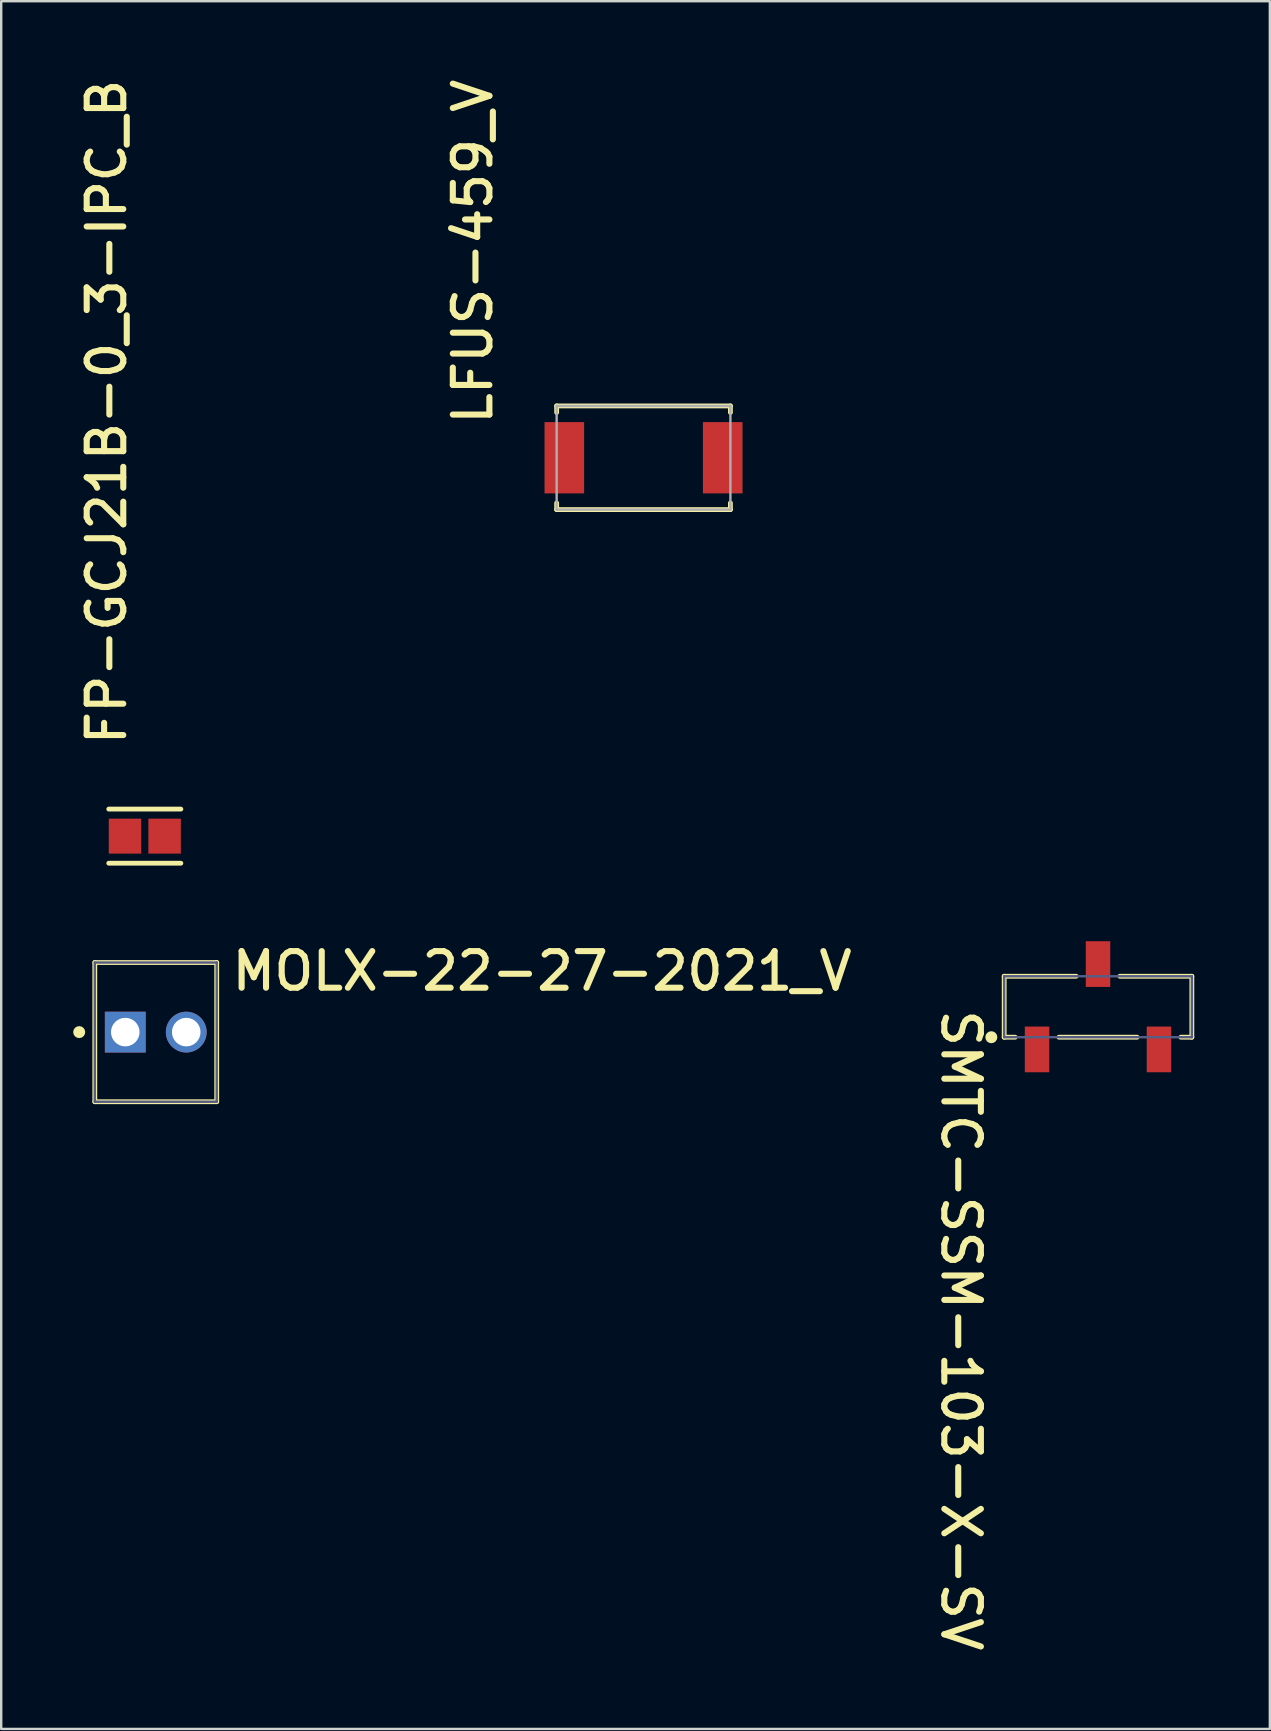
<source format=kicad_pcb>
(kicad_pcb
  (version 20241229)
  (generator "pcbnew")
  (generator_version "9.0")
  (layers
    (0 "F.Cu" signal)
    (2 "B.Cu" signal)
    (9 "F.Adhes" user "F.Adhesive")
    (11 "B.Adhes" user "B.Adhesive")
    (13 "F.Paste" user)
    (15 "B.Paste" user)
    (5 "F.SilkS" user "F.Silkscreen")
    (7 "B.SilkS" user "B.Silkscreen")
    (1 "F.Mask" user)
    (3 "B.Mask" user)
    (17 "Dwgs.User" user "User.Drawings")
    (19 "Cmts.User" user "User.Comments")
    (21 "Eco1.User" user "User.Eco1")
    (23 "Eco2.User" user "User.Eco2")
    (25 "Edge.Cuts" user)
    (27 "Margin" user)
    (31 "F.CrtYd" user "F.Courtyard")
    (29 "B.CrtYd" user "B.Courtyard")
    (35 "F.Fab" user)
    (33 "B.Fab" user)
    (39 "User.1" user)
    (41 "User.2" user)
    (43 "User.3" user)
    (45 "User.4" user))
  (footprint "FP-GCJ21B-0_3-IPC_B"
    (layer "F.Cu")
    (at 2.984 31.79)
    (property "Reference" "FP-GCJ21B-0_3-IPC_B" (at -0.698 -3.683 90) (unlocked yes) (layer "F.SilkS") (effects (font (size 1.524 1.524) (thickness 0.254)) (justify left bottom)))
    (fp_line (start -1.502 -1.128) (end 1.502 -1.128) (stroke (width 0.2) (type solid)) (layer "F.SilkS"))
    (fp_line (start -1.502 1.128) (end 1.502 1.128) (stroke (width 0.2) (type solid)) (layer "F.SilkS"))
    (fp_line (start -1 -0.625) (end 1 -0.625) (stroke (width 0.2) (type solid)) (layer "User.3"))
    (fp_line (start -1 0.625) (end -1 -0.625) (stroke (width 0.2) (type solid)) (layer "User.3"))
    (fp_line (start -1 0.625) (end 1 0.625) (stroke (width 0.2) (type solid)) (layer "User.3"))
    (fp_line (start 1 0.625) (end 1 -0.625) (stroke (width 0.2) (type solid)) (layer "User.3"))
    (fp_line (start -1.752 -0.978) (end 1.752 -0.978) (stroke (width 0.2) (type solid)) (layer "User.5"))
    (fp_line (start -1.752 0.978) (end -1.752 -0.978) (stroke (width 0.2) (type solid)) (layer "User.5"))
    (fp_line (start -1.752 0.978) (end 1.752 0.978) (stroke (width 0.2) (type solid)) (layer "User.5"))
    (fp_line (start 1.752 0.978) (end 1.752 -0.978) (stroke (width 0.2) (type solid)) (layer "User.5"))
    (fp_line (start -1.752 -0.978) (end 1.752 -0.978) (stroke (width 0.2) (type solid)) (layer "User.7"))
    (fp_line (start -1.752 0.978) (end -1.752 -0.978) (stroke (width 0.2) (type solid)) (layer "User.7"))
    (fp_line (start -1.752 0.978) (end 1.752 0.978) (stroke (width 0.2) (type solid)) (layer "User.7"))
    (fp_line (start 1.752 0.978) (end 1.752 -0.978) (stroke (width 0.2) (type solid)) (layer "User.7"))
    (fp_line (start -0.5 0) (end 0.5 0) (stroke (width 0.1) (type solid)) (layer "User.9"))
    (fp_line (start 0 0.5) (end 0 -0.5) (stroke (width 0.1) (type solid)) (layer "User.9"))
    (fp_text user "${REFERENCE}" (at -0.00002 -0.011 180) (unlocked yes) (layer "User.7") (effects (font (size 0.5 0.5) (thickness 0.1)) (justify left bottom mirror)))
    (pad "1" smd rect (at -0.825 0 180) (size 1.353 1.456) (layers "F.Cu" "F.Mask" "F.Paste"))
    (pad "2" smd rect (at 0.825 0 180) (size 1.353 1.456) (layers "F.Cu" "F.Mask" "F.Paste")))
  (footprint "SMTC-SSM-103-X-SV"
    (layer "F.Cu")
    (at 42.701 38.898)
    (property "Reference" "SMTC-SSM-103-X-SV" (at -6.604 0.00041 270) (unlocked yes) (layer "F.SilkS") (effects (font (size 1.524 1.524) (thickness 0.254)) (justify left bottom)))
    (fp_line (start -3.91 -1.27) (end -3.91 1.27) (stroke (width 0.2) (type solid)) (layer "F.SilkS"))
    (fp_line (start -3.91 -1.27) (end -0.91 -1.27) (stroke (width 0.2) (type solid)) (layer "F.SilkS"))
    (fp_line (start -3.91 1.27) (end -3.45 1.27) (stroke (width 0.2) (type solid)) (layer "F.SilkS"))
    (fp_line (start -1.63 1.27) (end 1.63 1.27) (stroke (width 0.2) (type solid)) (layer "F.SilkS"))
    (fp_line (start 0.91 -1.27) (end 3.91 -1.27) (stroke (width 0.2) (type solid)) (layer "F.SilkS"))
    (fp_line (start 3.45 1.27) (end 3.91 1.27) (stroke (width 0.2) (type solid)) (layer "F.SilkS"))
    (fp_line (start 3.91 -1.27) (end 3.91 1.27) (stroke (width 0.2) (type solid)) (layer "F.SilkS"))
    (fp_circle (center -4.445 1.27) (end -4.32 1.27) (stroke (width 0.25) (type solid)) (fill no) (layer "F.SilkS"))
    (fp_line (start -4.135 -2.855) (end -4.135 2.855) (stroke (width 0.05) (type solid)) (layer "Eco1.User"))
    (fp_line (start -4.135 -2.855) (end 4.135 -2.855) (stroke (width 0.05) (type solid)) (layer "Eco1.User"))
    (fp_line (start -4.135 2.855) (end 4.135 2.855) (stroke (width 0.05) (type solid)) (layer "Eco1.User"))
    (fp_line (start -0.5 0) (end 0.5 0) (stroke (width 0.1) (type solid)) (layer "Eco1.User"))
    (fp_line (start 0 -0.5) (end 0 0.5) (stroke (width 0.1) (type solid)) (layer "Eco1.User"))
    (fp_line (start 4.135 -2.855) (end 4.135 2.855) (stroke (width 0.05) (type solid)) (layer "Eco1.User"))
    (fp_line (start -3.91 -1.27) (end 3.91 -1.27) (stroke (width 0.1) (type solid)) (layer "B.Fab"))
    (fp_line (start -3.91 -1.27) (end -3.91 1.27) (stroke (width 0.1) (type solid)) (layer "B.Fab"))
    (fp_line (start -3.91 1.27) (end 3.91 1.27) (stroke (width 0.1) (type solid)) (layer "B.Fab"))
    (fp_line (start 3.91 -1.27) (end 3.91 1.27) (stroke (width 0.1) (type solid)) (layer "B.Fab"))
    (pad "1" smd rect (at -2.54 1.778) (size 1.02 1.905) (layers "F.Cu" "F.Mask" "F.Paste"))
    (pad "2" smd rect (at 0 -1.778) (size 1.02 1.905) (layers "F.Cu" "F.Mask" "F.Paste"))
    (pad "3" smd rect (at 2.54 1.778) (size 1.02 1.905) (layers "F.Cu" "F.Mask" "F.Paste")))
  (footprint "LFUS-459_V"
    (layer "F.Cu")
    (at 23.764 16.023)
    (property "Reference" "LFUS-459_V" (at -6.223 -1.27 90) (unlocked yes) (layer "F.SilkS") (effects (font (size 1.524 1.524) (thickness 0.254)) (justify left bottom)))
    (fp_line (start -3.62 -2.16) (end 3.62 -2.16) (stroke (width 0.2) (type solid)) (layer "F.SilkS"))
    (fp_line (start -3.62 -1.885) (end -3.62 -2.16) (stroke (width 0.2) (type solid)) (layer "F.SilkS"))
    (fp_line (start -3.62 2.16) (end -3.62 1.885) (stroke (width 0.2) (type solid)) (layer "F.SilkS"))
    (fp_line (start -3.62 2.16) (end 3.62 2.16) (stroke (width 0.2) (type solid)) (layer "F.SilkS"))
    (fp_line (start 3.62 -1.885) (end 3.62 -2.16) (stroke (width 0.2) (type solid)) (layer "F.SilkS"))
    (fp_line (start 3.62 2.16) (end 3.62 1.885) (stroke (width 0.2) (type solid)) (layer "F.SilkS"))
    (fp_line (start -4.225 -2.3) (end 4.225 -2.3) (stroke (width 0.05) (type solid)) (layer "Eco1.User"))
    (fp_line (start -4.225 2.3) (end -4.225 -2.3) (stroke (width 0.05) (type solid)) (layer "Eco1.User"))
    (fp_line (start -4.225 2.3) (end 4.225 2.3) (stroke (width 0.05) (type solid)) (layer "Eco1.User"))
    (fp_line (start -0.5 0) (end 0.5 0) (stroke (width 0.1) (type solid)) (layer "Eco1.User"))
    (fp_line (start 0 0.5) (end 0 -0.5) (stroke (width 0.1) (type solid)) (layer "Eco1.User"))
    (fp_line (start 4.225 2.3) (end 4.225 -2.3) (stroke (width 0.05) (type solid)) (layer "Eco1.User"))
    (fp_line (start -3.62 -2.16) (end 3.62 -2.16) (stroke (width 0.1) (type solid)) (layer "F.Fab"))
    (fp_line (start -3.62 2.16) (end -3.62 -2.16) (stroke (width 0.1) (type solid)) (layer "F.Fab"))
    (fp_line (start -3.62 2.16) (end 3.62 2.16) (stroke (width 0.1) (type solid)) (layer "F.Fab"))
    (fp_line (start 3.62 2.16) (end 3.62 -2.16) (stroke (width 0.1) (type solid)) (layer "F.Fab"))
    (pad "1" smd rect (at -3.3 0 180) (size 1.65 2.97) (layers "F.Cu" "F.Mask" "F.Paste"))
    (pad "2" smd rect (at 3.3 0 180) (size 1.65 2.97) (layers "F.Cu" "F.Mask" "F.Paste")))
  (footprint "MOLX-22-27-2021_V"
    (layer "F.Cu")
    (at 3.44 39.955)
    (property "Reference" "MOLX-22-27-2021_V" (at 3.048 -1.651 0) (unlocked yes) (layer "F.SilkS") (effects (font (size 1.524 1.524) (thickness 0.254)) (justify left bottom)))
    (fp_line (start -2.54 -2.9) (end 2.54 -2.9) (stroke (width 0.2) (type solid)) (layer "F.SilkS"))
    (fp_line (start -2.54 2.9) (end -2.54 -2.9) (stroke (width 0.2) (type solid)) (layer "F.SilkS"))
    (fp_line (start -2.54 2.9) (end 2.54 2.9) (stroke (width 0.2) (type solid)) (layer "F.SilkS"))
    (fp_line (start 2.54 2.9) (end 2.54 -2.9) (stroke (width 0.2) (type solid)) (layer "F.SilkS"))
    (fp_circle (center -3.19 0) (end -3.19 -0.125) (stroke (width 0.25) (type solid)) (fill no) (layer "F.SilkS"))
    (fp_line (start -2.64 -3) (end 2.64 -3) (stroke (width 0.05) (type solid)) (layer "Eco1.User"))
    (fp_line (start -2.64 3) (end -2.64 -3) (stroke (width 0.05) (type solid)) (layer "Eco1.User"))
    (fp_line (start -2.64 3) (end 2.64 3) (stroke (width 0.05) (type solid)) (layer "Eco1.User"))
    (fp_line (start -0.5 0) (end 0.5 0) (stroke (width 0.1) (type solid)) (layer "Eco1.User"))
    (fp_line (start 0 0.5) (end 0 -0.5) (stroke (width 0.1) (type solid)) (layer "Eco1.User"))
    (fp_line (start 2.64 3) (end 2.64 -3) (stroke (width 0.05) (type solid)) (layer "Eco1.User"))
    (fp_line (start -2.54 -2.9) (end 2.54 -2.9) (stroke (width 0.1) (type solid)) (layer "B.Fab"))
    (fp_line (start -2.54 2.9) (end -2.54 -2.9) (stroke (width 0.1) (type solid)) (layer "B.Fab"))
    (fp_line (start -2.54 2.9) (end 2.54 2.9) (stroke (width 0.1) (type solid)) (layer "B.Fab"))
    (fp_line (start 2.54 2.9) (end 2.54 -2.9) (stroke (width 0.1) (type solid)) (layer "B.Fab"))
    (pad "1" thru_hole rect (at -1.27 0 180) (size 1.7 1.7) (drill 1.19) (layers "*.Cu" "*.Mask"))
    (pad "2" thru_hole circle (at 1.27 0 180) (size 1.7 1.7) (drill 1.19) (layers "*.Cu" "*.Mask")))
  (gr_rect
    (start -3 -3)
    (end 49.861 68.989)
    (stroke (width 0.1) (type default))
    (fill no)
    (layer "Edge.Cuts")))
</source>
